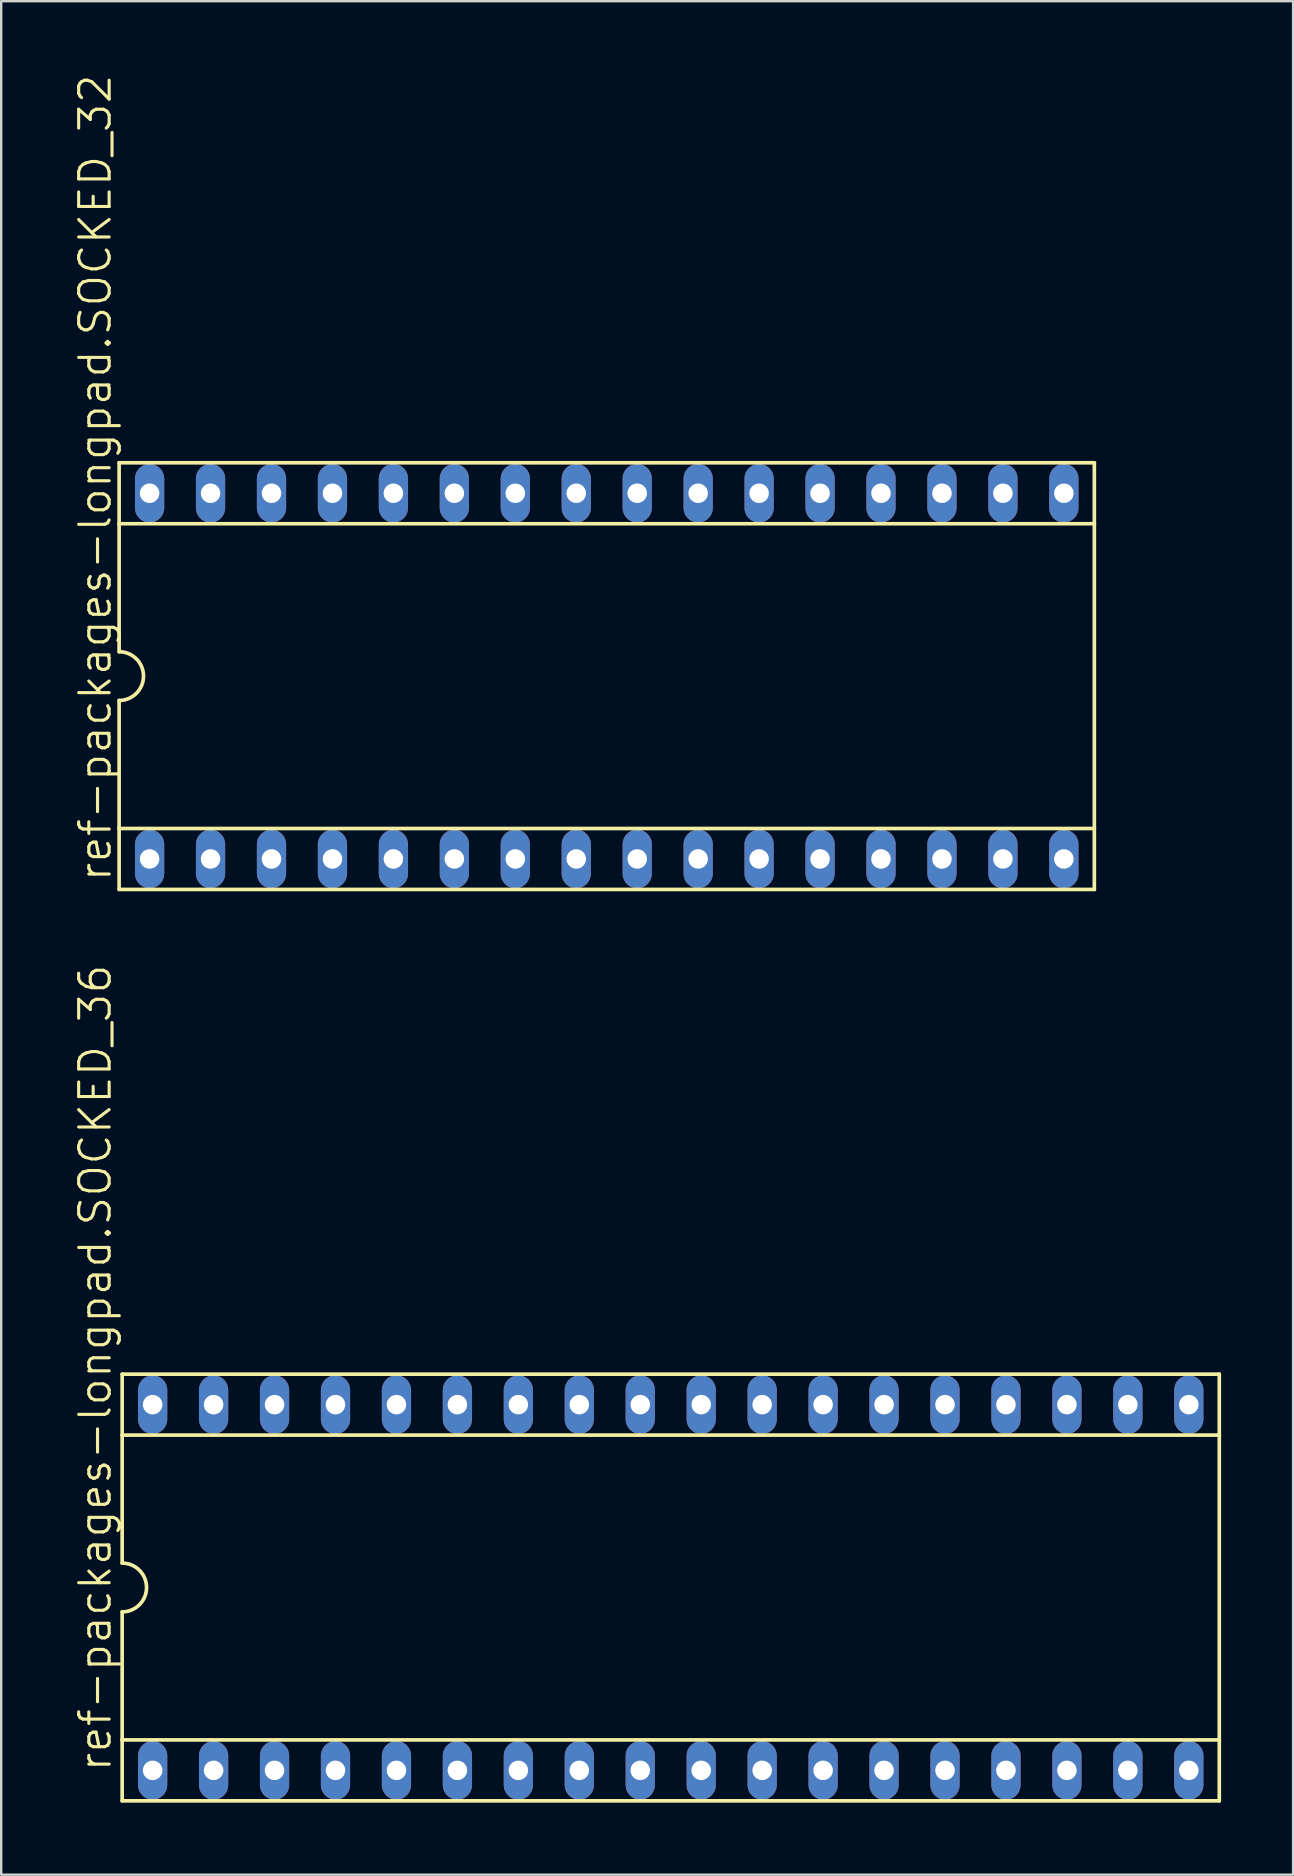
<source format=kicad_pcb>
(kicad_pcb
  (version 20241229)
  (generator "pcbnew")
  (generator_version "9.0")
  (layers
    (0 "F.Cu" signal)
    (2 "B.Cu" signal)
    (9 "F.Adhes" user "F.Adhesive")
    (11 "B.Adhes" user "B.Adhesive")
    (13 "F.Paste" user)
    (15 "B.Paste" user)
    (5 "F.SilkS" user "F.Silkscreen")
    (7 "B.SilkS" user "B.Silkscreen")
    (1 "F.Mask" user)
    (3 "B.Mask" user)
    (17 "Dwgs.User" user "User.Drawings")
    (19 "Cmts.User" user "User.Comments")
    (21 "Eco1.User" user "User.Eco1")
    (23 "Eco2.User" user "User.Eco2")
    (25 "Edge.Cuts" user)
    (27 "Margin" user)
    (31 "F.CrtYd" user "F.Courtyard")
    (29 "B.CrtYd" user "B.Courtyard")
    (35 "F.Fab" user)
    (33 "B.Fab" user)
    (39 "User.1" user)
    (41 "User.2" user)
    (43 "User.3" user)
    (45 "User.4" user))
  (footprint "ref-packages-longpad.SOCKED_32"
    (layer "F.Cu")
    (at 22.234 25.125)
    (property "Reference" "ref-packages-longpad.SOCKED_32" (at -20.574 8.636 90) (layer "F.SilkS") (effects (font (size 1.27 1.27) (thickness 0.13)) (justify left bottom)))
    (attr through_hole)
    (fp_line (start -20.32 -8.89) (end -20.32 -6.35) (stroke (width 0.152) (type default)) (layer "F.SilkS"))
    (fp_line (start -20.32 -6.35) (end -20.32 -1.016) (stroke (width 0.152) (type default)) (layer "F.SilkS"))
    (fp_line (start -20.32 -6.35) (end 20.32 -6.35) (stroke (width 0.152) (type default)) (layer "F.SilkS"))
    (fp_line (start -20.32 6.35) (end -20.32 1.016) (stroke (width 0.152) (type default)) (layer "F.SilkS"))
    (fp_line (start -20.32 6.35) (end 20.32 6.35) (stroke (width 0.152) (type default)) (layer "F.SilkS"))
    (fp_line (start -20.32 8.89) (end -20.32 6.35) (stroke (width 0.152) (type default)) (layer "F.SilkS"))
    (fp_line (start -20.32 8.89) (end 20.32 8.89) (stroke (width 0.152) (type default)) (layer "F.SilkS"))
    (fp_line (start 20.32 -8.89) (end -20.32 -8.89) (stroke (width 0.152) (type default)) (layer "F.SilkS"))
    (fp_line (start 20.32 -8.89) (end 20.32 -6.35) (stroke (width 0.152) (type default)) (layer "F.SilkS"))
    (fp_line (start 20.32 -6.35) (end 20.32 6.35) (stroke (width 0.152) (type default)) (layer "F.SilkS"))
    (fp_line (start 20.32 6.35) (end 20.32 8.89) (stroke (width 0.152) (type default)) (layer "F.SilkS"))
    (fp_arc (start -20.32 -1.016) (mid -19.304 0) (end -20.32 1.016) (stroke (width 0.1524) (type default)) (layer "F.SilkS"))
    (pad "1" thru_hole oval (at -19.05 7.62 90) (size 2.438 1.219) (drill 0.813) (layers "*.Cu" "*.Mask"))
    (pad "2" thru_hole oval (at -16.51 7.62 90) (size 2.438 1.219) (drill 0.813) (layers "*.Cu" "*.Mask"))
    (pad "3" thru_hole oval (at -13.97 7.62 90) (size 2.438 1.219) (drill 0.813) (layers "*.Cu" "*.Mask"))
    (pad "4" thru_hole oval (at -11.43 7.62 90) (size 2.438 1.219) (drill 0.813) (layers "*.Cu" "*.Mask"))
    (pad "5" thru_hole oval (at -8.89 7.62 90) (size 2.438 1.219) (drill 0.813) (layers "*.Cu" "*.Mask"))
    (pad "6" thru_hole oval (at -6.35 7.62 90) (size 2.438 1.219) (drill 0.813) (layers "*.Cu" "*.Mask"))
    (pad "7" thru_hole oval (at -3.81 7.62 90) (size 2.438 1.219) (drill 0.813) (layers "*.Cu" "*.Mask"))
    (pad "8" thru_hole oval (at -1.27 7.62 90) (size 2.438 1.219) (drill 0.813) (layers "*.Cu" "*.Mask"))
    (pad "9" thru_hole oval (at 1.27 7.62 90) (size 2.438 1.219) (drill 0.813) (layers "*.Cu" "*.Mask"))
    (pad "10" thru_hole oval (at 3.81 7.62 90) (size 2.438 1.219) (drill 0.813) (layers "*.Cu" "*.Mask"))
    (pad "11" thru_hole oval (at 6.35 7.62 90) (size 2.438 1.219) (drill 0.813) (layers "*.Cu" "*.Mask"))
    (pad "12" thru_hole oval (at 8.89 7.62 90) (size 2.438 1.219) (drill 0.813) (layers "*.Cu" "*.Mask"))
    (pad "13" thru_hole oval (at 11.43 7.62 90) (size 2.438 1.219) (drill 0.813) (layers "*.Cu" "*.Mask"))
    (pad "14" thru_hole oval (at 13.97 7.62 90) (size 2.438 1.219) (drill 0.813) (layers "*.Cu" "*.Mask"))
    (pad "15" thru_hole oval (at 16.51 7.62 90) (size 2.438 1.219) (drill 0.813) (layers "*.Cu" "*.Mask"))
    (pad "16" thru_hole oval (at 19.05 7.62 90) (size 2.438 1.219) (drill 0.813) (layers "*.Cu" "*.Mask"))
    (pad "17" thru_hole oval (at 19.05 -7.62 90) (size 2.438 1.219) (drill 0.813) (layers "*.Cu" "*.Mask"))
    (pad "18" thru_hole oval (at 16.51 -7.62 90) (size 2.438 1.219) (drill 0.813) (layers "*.Cu" "*.Mask"))
    (pad "19" thru_hole oval (at 13.97 -7.62 90) (size 2.438 1.219) (drill 0.813) (layers "*.Cu" "*.Mask"))
    (pad "20" thru_hole oval (at 11.43 -7.62 90) (size 2.438 1.219) (drill 0.813) (layers "*.Cu" "*.Mask"))
    (pad "21" thru_hole oval (at 8.89 -7.62 90) (size 2.438 1.219) (drill 0.813) (layers "*.Cu" "*.Mask"))
    (pad "22" thru_hole oval (at 6.35 -7.62 90) (size 2.438 1.219) (drill 0.813) (layers "*.Cu" "*.Mask"))
    (pad "23" thru_hole oval (at 3.81 -7.62 90) (size 2.438 1.219) (drill 0.813) (layers "*.Cu" "*.Mask"))
    (pad "24" thru_hole oval (at 1.27 -7.62 90) (size 2.438 1.219) (drill 0.813) (layers "*.Cu" "*.Mask"))
    (pad "25" thru_hole oval (at -1.27 -7.62 90) (size 2.438 1.219) (drill 0.813) (layers "*.Cu" "*.Mask"))
    (pad "26" thru_hole oval (at -3.81 -7.62 90) (size 2.438 1.219) (drill 0.813) (layers "*.Cu" "*.Mask"))
    (pad "27" thru_hole oval (at -6.35 -7.62 90) (size 2.438 1.219) (drill 0.813) (layers "*.Cu" "*.Mask"))
    (pad "28" thru_hole oval (at -8.89 -7.62 90) (size 2.438 1.219) (drill 0.813) (layers "*.Cu" "*.Mask"))
    (pad "29" thru_hole oval (at -11.43 -7.62 90) (size 2.438 1.219) (drill 0.813) (layers "*.Cu" "*.Mask"))
    (pad "30" thru_hole oval (at -13.97 -7.62 90) (size 2.438 1.219) (drill 0.813) (layers "*.Cu" "*.Mask"))
    (pad "31" thru_hole oval (at -16.51 -7.62 90) (size 2.438 1.219) (drill 0.813) (layers "*.Cu" "*.Mask"))
    (pad "32" thru_hole oval (at -19.05 -7.62 90) (size 2.438 1.219) (drill 0.813) (layers "*.Cu" "*.Mask")))
  (footprint "ref-packages-longpad.SOCKED_36"
    (layer "F.Cu")
    (at 24.901 63.105)
    (property "Reference" "ref-packages-longpad.SOCKED_36" (at -23.241 7.747 90) (layer "F.SilkS") (effects (font (size 1.27 1.27) (thickness 0.13)) (justify left bottom)))
    (attr through_hole)
    (fp_line (start -22.86 -8.89) (end -22.86 -6.35) (stroke (width 0.152) (type default)) (layer "F.SilkS"))
    (fp_line (start -22.86 -6.35) (end -22.86 -1.016) (stroke (width 0.152) (type default)) (layer "F.SilkS"))
    (fp_line (start -22.86 -6.35) (end 22.86 -6.35) (stroke (width 0.152) (type default)) (layer "F.SilkS"))
    (fp_line (start -22.86 6.35) (end -22.86 1.016) (stroke (width 0.152) (type default)) (layer "F.SilkS"))
    (fp_line (start -22.86 6.35) (end 22.86 6.35) (stroke (width 0.152) (type default)) (layer "F.SilkS"))
    (fp_line (start -22.86 8.89) (end -22.86 6.35) (stroke (width 0.152) (type default)) (layer "F.SilkS"))
    (fp_line (start -22.86 8.89) (end 22.86 8.89) (stroke (width 0.152) (type default)) (layer "F.SilkS"))
    (fp_line (start 22.86 -8.89) (end -22.86 -8.89) (stroke (width 0.152) (type default)) (layer "F.SilkS"))
    (fp_line (start 22.86 -8.89) (end 22.86 -6.35) (stroke (width 0.152) (type default)) (layer "F.SilkS"))
    (fp_line (start 22.86 -6.35) (end 22.86 6.35) (stroke (width 0.152) (type default)) (layer "F.SilkS"))
    (fp_line (start 22.86 6.35) (end 22.86 8.89) (stroke (width 0.152) (type default)) (layer "F.SilkS"))
    (fp_arc (start -22.86 -1.016) (mid -21.844 0) (end -22.86 1.016) (stroke (width 0.1524) (type default)) (layer "F.SilkS"))
    (pad "1" thru_hole oval (at -21.59 7.62 90) (size 2.438 1.219) (drill 0.813) (layers "*.Cu" "*.Mask"))
    (pad "2" thru_hole oval (at -19.05 7.62 90) (size 2.438 1.219) (drill 0.813) (layers "*.Cu" "*.Mask"))
    (pad "3" thru_hole oval (at -16.51 7.62 90) (size 2.438 1.219) (drill 0.813) (layers "*.Cu" "*.Mask"))
    (pad "4" thru_hole oval (at -13.97 7.62 90) (size 2.438 1.219) (drill 0.813) (layers "*.Cu" "*.Mask"))
    (pad "5" thru_hole oval (at -11.43 7.62 90) (size 2.438 1.219) (drill 0.813) (layers "*.Cu" "*.Mask"))
    (pad "6" thru_hole oval (at -8.89 7.62 90) (size 2.438 1.219) (drill 0.813) (layers "*.Cu" "*.Mask"))
    (pad "7" thru_hole oval (at -6.35 7.62 90) (size 2.438 1.219) (drill 0.813) (layers "*.Cu" "*.Mask"))
    (pad "8" thru_hole oval (at -3.81 7.62 90) (size 2.438 1.219) (drill 0.813) (layers "*.Cu" "*.Mask"))
    (pad "9" thru_hole oval (at -1.27 7.62 90) (size 2.438 1.219) (drill 0.813) (layers "*.Cu" "*.Mask"))
    (pad "10" thru_hole oval (at 1.27 7.62 90) (size 2.438 1.219) (drill 0.813) (layers "*.Cu" "*.Mask"))
    (pad "11" thru_hole oval (at 3.81 7.62 90) (size 2.438 1.219) (drill 0.813) (layers "*.Cu" "*.Mask"))
    (pad "12" thru_hole oval (at 6.35 7.62 90) (size 2.438 1.219) (drill 0.813) (layers "*.Cu" "*.Mask"))
    (pad "13" thru_hole oval (at 8.89 7.62 90) (size 2.438 1.219) (drill 0.813) (layers "*.Cu" "*.Mask"))
    (pad "14" thru_hole oval (at 11.43 7.62 90) (size 2.438 1.219) (drill 0.813) (layers "*.Cu" "*.Mask"))
    (pad "15" thru_hole oval (at 13.97 7.62 90) (size 2.438 1.219) (drill 0.813) (layers "*.Cu" "*.Mask"))
    (pad "16" thru_hole oval (at 16.51 7.62 90) (size 2.438 1.219) (drill 0.813) (layers "*.Cu" "*.Mask"))
    (pad "17" thru_hole oval (at 19.05 7.62 90) (size 2.438 1.219) (drill 0.813) (layers "*.Cu" "*.Mask"))
    (pad "18" thru_hole oval (at 21.59 7.62 90) (size 2.438 1.219) (drill 0.813) (layers "*.Cu" "*.Mask"))
    (pad "19" thru_hole oval (at 21.59 -7.62 90) (size 2.438 1.219) (drill 0.813) (layers "*.Cu" "*.Mask"))
    (pad "20" thru_hole oval (at 19.05 -7.62 90) (size 2.438 1.219) (drill 0.813) (layers "*.Cu" "*.Mask"))
    (pad "21" thru_hole oval (at 16.51 -7.62 90) (size 2.438 1.219) (drill 0.813) (layers "*.Cu" "*.Mask"))
    (pad "22" thru_hole oval (at 13.97 -7.62 90) (size 2.438 1.219) (drill 0.813) (layers "*.Cu" "*.Mask"))
    (pad "23" thru_hole oval (at 11.43 -7.62 90) (size 2.438 1.219) (drill 0.813) (layers "*.Cu" "*.Mask"))
    (pad "24" thru_hole oval (at 8.89 -7.62 90) (size 2.438 1.219) (drill 0.813) (layers "*.Cu" "*.Mask"))
    (pad "25" thru_hole oval (at 6.35 -7.62 90) (size 2.438 1.219) (drill 0.813) (layers "*.Cu" "*.Mask"))
    (pad "26" thru_hole oval (at 3.81 -7.62 90) (size 2.438 1.219) (drill 0.813) (layers "*.Cu" "*.Mask"))
    (pad "27" thru_hole oval (at 1.27 -7.62 90) (size 2.438 1.219) (drill 0.813) (layers "*.Cu" "*.Mask"))
    (pad "28" thru_hole oval (at -1.27 -7.62 90) (size 2.438 1.219) (drill 0.813) (layers "*.Cu" "*.Mask"))
    (pad "29" thru_hole oval (at -3.81 -7.62 90) (size 2.438 1.219) (drill 0.813) (layers "*.Cu" "*.Mask"))
    (pad "30" thru_hole oval (at -6.35 -7.62 90) (size 2.438 1.219) (drill 0.813) (layers "*.Cu" "*.Mask"))
    (pad "31" thru_hole oval (at -8.89 -7.62 90) (size 2.438 1.219) (drill 0.813) (layers "*.Cu" "*.Mask"))
    (pad "32" thru_hole oval (at -11.43 -7.62 90) (size 2.438 1.219) (drill 0.813) (layers "*.Cu" "*.Mask"))
    (pad "33" thru_hole oval (at -13.97 -7.62 90) (size 2.438 1.219) (drill 0.813) (layers "*.Cu" "*.Mask"))
    (pad "34" thru_hole oval (at -16.51 -7.62 90) (size 2.438 1.219) (drill 0.813) (layers "*.Cu" "*.Mask"))
    (pad "35" thru_hole oval (at -19.05 -7.62 90) (size 2.438 1.219) (drill 0.813) (layers "*.Cu" "*.Mask"))
    (pad "36" thru_hole oval (at -21.59 -7.62 90) (size 2.438 1.219) (drill 0.813) (layers "*.Cu" "*.Mask")))
  (gr_rect
    (start -3 -3)
    (end 50.837 75.071)
    (stroke (width 0.1) (type default))
    (fill no)
    (layer "Edge.Cuts")))
</source>
